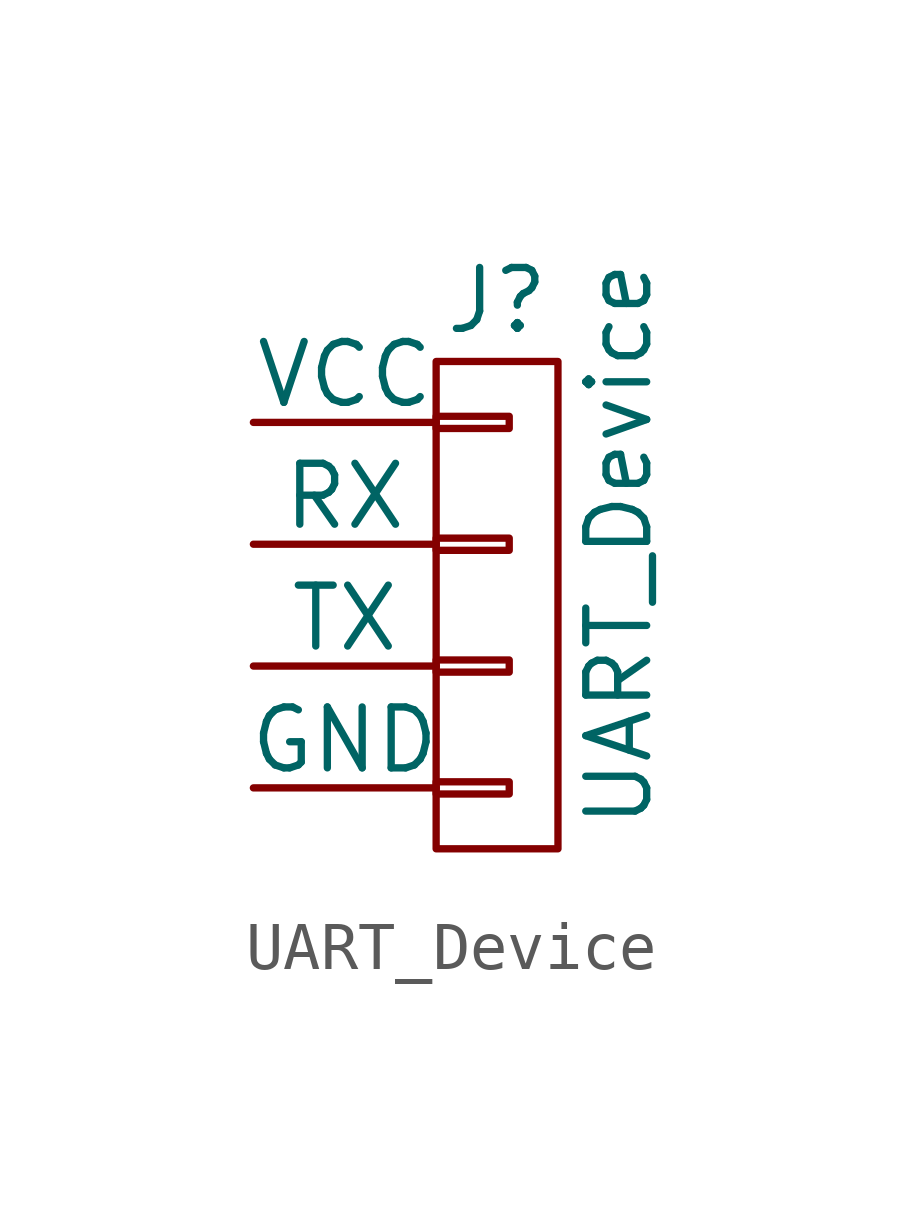
<source format=kicad_sym>
(kicad_symbol_lib
  (version 20231120)
  (generator "kicad_symbol_editor")
  (generator_version "8.0")
  (symbol "UART_Device"
    (pin_numbers hide)
    (pin_names
      (offset 0))
    (property "Reference" "J"
      (at 0 5.08 0)
      (effects (font (size 1.27 1.27))))
    (property "Value" "UART_Device"
      (at 2.54 0 90)
      (effects (font (size 1.27 1.27))))
    (symbol "UART_Device_0_1"
      (rectangle (start -1.27 -4.953) (end 0.254 -5.207) (stroke (width 0) (type solid)) (fill (type none)))
      (rectangle (start -1.27 -2.413) (end 0.254 -2.667) (stroke (width 0) (type solid)) (fill (type none)))
      (rectangle (start -1.27 0.127) (end 0.254 -0.127) (stroke (width 0) (type solid)) (fill (type none)))
      (rectangle (start -1.27 2.667) (end 0.254 2.413) (stroke (width 0) (type solid)) (fill (type none)))
      (rectangle (start -1.27 3.81) (end 1.27 -6.35) (stroke (width 0) (type solid)) (fill (type none))))
    (symbol "UART_Device_1_1"
      (pin passive line (at -5.08 2.54 0) (length 3.81) (name "VCC" (effects (font (size 1.27 1.27)))) (number "1" (effects (font (size 1.27 1.27)))))
      (pin passive line (at -5.08 0 0) (length 3.81) (name "RX" (effects (font (size 1.27 1.27)))) (number "2" (effects (font (size 1.27 1.27)))))
      (pin passive line (at -5.08 -2.54 0) (length 3.81) (name "TX" (effects (font (size 1.27 1.27)))) (number "3" (effects (font (size 1.27 1.27)))))
      (pin passive line (at -5.08 -5.08 0) (length 3.81) (name "GND" (effects (font (size 1.27 1.27)))) (number "4" (effects (font (size 1.27 1.27))))))))
</source>
